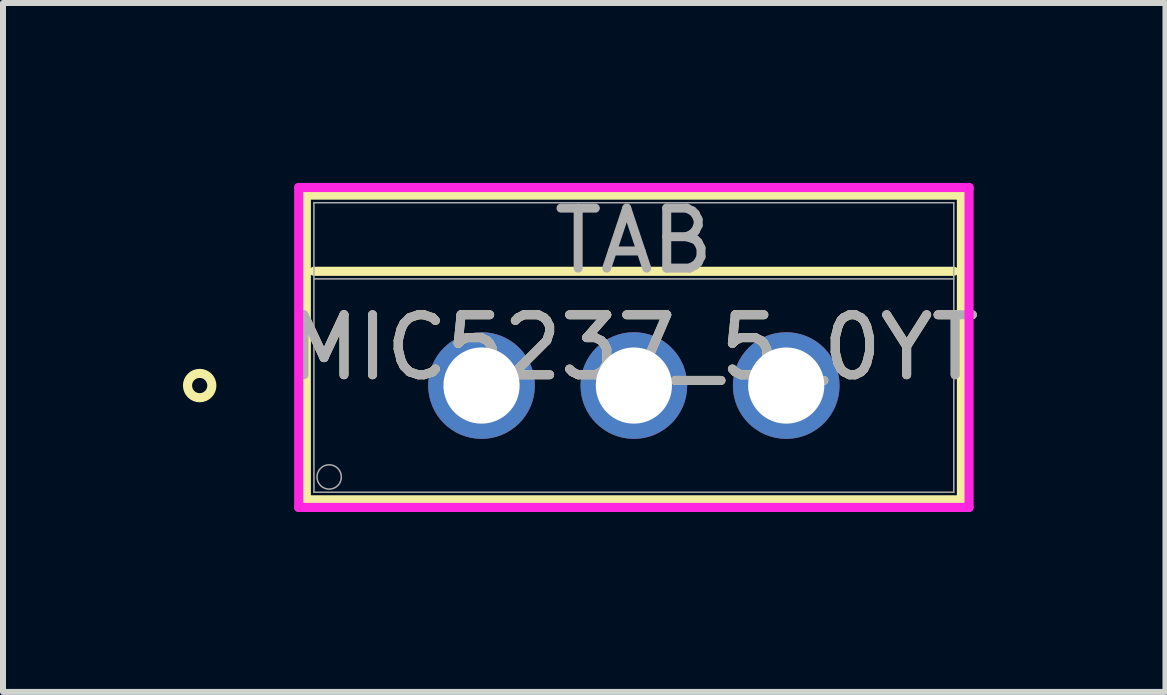
<source format=kicad_pcb>
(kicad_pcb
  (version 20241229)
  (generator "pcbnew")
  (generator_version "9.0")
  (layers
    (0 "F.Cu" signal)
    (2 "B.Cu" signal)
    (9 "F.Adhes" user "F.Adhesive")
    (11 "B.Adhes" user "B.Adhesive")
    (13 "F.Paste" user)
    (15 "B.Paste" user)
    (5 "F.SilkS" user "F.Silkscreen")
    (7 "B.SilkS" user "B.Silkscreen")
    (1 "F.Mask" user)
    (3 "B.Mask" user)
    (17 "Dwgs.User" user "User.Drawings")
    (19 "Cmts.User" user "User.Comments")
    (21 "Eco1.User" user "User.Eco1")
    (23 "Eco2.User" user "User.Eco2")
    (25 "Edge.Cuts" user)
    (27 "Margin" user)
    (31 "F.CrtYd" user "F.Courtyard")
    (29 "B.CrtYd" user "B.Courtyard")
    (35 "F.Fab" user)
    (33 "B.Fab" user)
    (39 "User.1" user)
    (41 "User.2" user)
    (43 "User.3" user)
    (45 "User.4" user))
  (footprint "MIC5237_5_0YT"
    (layer "F.Cu")
    (at 4.978 3.378)
    (property "Reference" "MIC5237_5_0YT" (at 2.54 -0.635 0) (unlocked yes) (layer "F.SilkS") (effects (font (size 1 1) (thickness 0.15))))
    (attr through_hole)
    (fp_line (start -2.921 -3.175) (end -2.921 1.905) (stroke (width 0.152) (type solid)) (layer "F.SilkS"))
    (fp_line (start -2.921 1.905) (end 8.001 1.905) (stroke (width 0.152) (type solid)) (layer "F.SilkS"))
    (fp_line (start -2.794 -1.905) (end 7.874 -1.905) (stroke (width 0.152) (type solid)) (layer "F.SilkS"))
    (fp_line (start 8.001 -3.175) (end -2.921 -3.175) (stroke (width 0.152) (type solid)) (layer "F.SilkS"))
    (fp_line (start 8.001 1.905) (end 8.001 -3.175) (stroke (width 0.152) (type solid)) (layer "F.SilkS"))
    (fp_circle (center -4.699 0) (end -4.496 0) (stroke (width 0.152) (type solid)) (fill no) (layer "F.SilkS"))
    (fp_line (start -3.048 -3.302) (end -3.048 2.032) (stroke (width 0.152) (type solid)) (layer "F.CrtYd"))
    (fp_line (start -3.048 2.032) (end 8.128 2.032) (stroke (width 0.152) (type solid)) (layer "F.CrtYd"))
    (fp_line (start 8.128 -3.302) (end -3.048 -3.302) (stroke (width 0.152) (type solid)) (layer "F.CrtYd"))
    (fp_line (start 8.128 2.032) (end 8.128 -3.302) (stroke (width 0.152) (type solid)) (layer "F.CrtYd"))
    (fp_line (start -2.794 -3.048) (end -2.794 1.778) (stroke (width 0.025) (type solid)) (layer "F.Fab"))
    (fp_line (start -2.794 -1.778) (end 7.874 -1.778) (stroke (width 0.025) (type solid)) (layer "F.Fab"))
    (fp_line (start -2.794 1.778) (end 7.874 1.778) (stroke (width 0.025) (type solid)) (layer "F.Fab"))
    (fp_line (start 7.874 -3.048) (end -2.794 -3.048) (stroke (width 0.025) (type solid)) (layer "F.Fab"))
    (fp_line (start 7.874 1.778) (end 7.874 -3.048) (stroke (width 0.025) (type solid)) (layer "F.Fab"))
    (fp_circle (center -2.54 1.524) (end -2.337 1.524) (stroke (width 0.025) (type solid)) (fill no) (layer "F.Fab"))
    (fp_text user "${REFERENCE}" (at 2.54 -0.635 0) (unlocked yes) (layer "F.Fab") (effects (font (size 1 1) (thickness 0.15))))
    (fp_text user "TAB" (at 2.54 -2.413 0) (unlocked yes) (layer "F.Fab") (effects (font (size 1 1) (thickness 0.15))))
    (pad "1" thru_hole circle (at 0 0) (size 1.778 1.778) (drill 1.27) (layers "*.Cu" "*.Mask"))
    (pad "2" thru_hole circle (at 2.54 0) (size 1.778 1.778) (drill 1.27) (layers "*.Cu" "*.Mask"))
    (pad "3" thru_hole circle (at 5.08 0) (size 1.778 1.778) (drill 1.27) (layers "*.Cu" "*.Mask")))
  (gr_rect
    (start -3 -3)
    (end 16.381 8.486)
    (stroke (width 0.1) (type default))
    (fill no)
    (layer "Edge.Cuts")))
</source>
